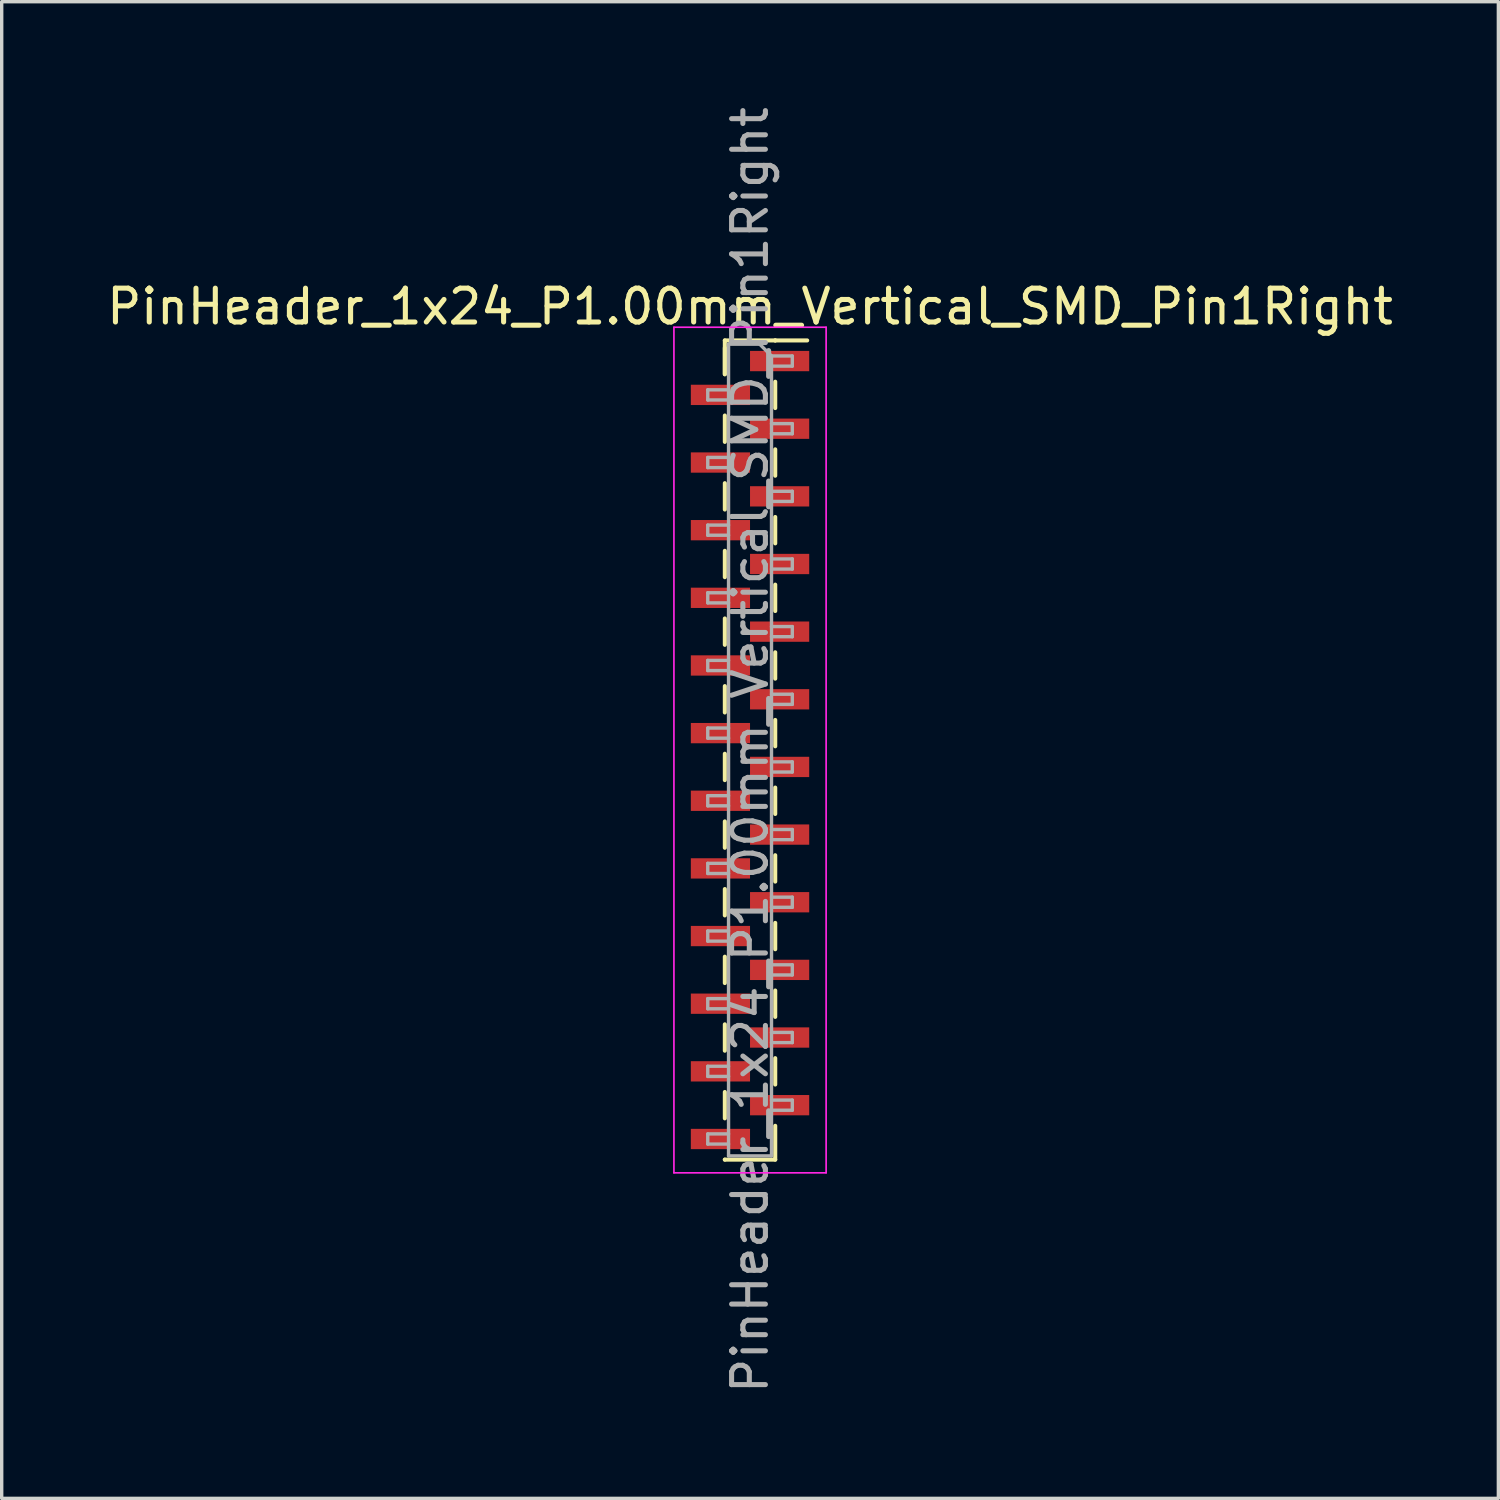
<source format=kicad_pcb>
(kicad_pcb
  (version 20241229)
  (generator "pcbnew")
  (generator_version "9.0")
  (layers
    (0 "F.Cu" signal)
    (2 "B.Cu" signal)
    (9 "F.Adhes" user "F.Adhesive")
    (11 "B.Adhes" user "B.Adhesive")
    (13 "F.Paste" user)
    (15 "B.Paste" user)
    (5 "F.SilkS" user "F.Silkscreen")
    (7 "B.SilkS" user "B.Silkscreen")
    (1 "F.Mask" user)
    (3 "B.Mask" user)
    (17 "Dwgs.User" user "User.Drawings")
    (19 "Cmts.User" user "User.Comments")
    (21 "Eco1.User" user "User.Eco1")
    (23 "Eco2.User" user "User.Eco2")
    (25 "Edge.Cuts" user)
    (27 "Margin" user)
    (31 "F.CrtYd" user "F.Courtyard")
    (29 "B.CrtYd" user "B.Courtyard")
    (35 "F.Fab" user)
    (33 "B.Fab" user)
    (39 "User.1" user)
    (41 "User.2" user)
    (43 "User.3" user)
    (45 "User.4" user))
  (footprint "PinHeader_1x24_P1.00mm_Vertical_SMD_Pin1Right"
    (layer "F.Cu")
    (at 19.125 19.125)
    (property "Reference" "PinHeader_1x24_P1.00mm_Vertical_SMD_Pin1Right" (at 0 -13.11 0) (layer "F.SilkS") (effects (font (size 1 1) (thickness 0.15))))
    (attr smd)
    (fp_line (start -0.745 -12.11) (end -0.745 -11.11) (stroke (width 0.12) (type solid)) (layer "F.SilkS"))
    (fp_line (start -0.745 -12.11) (end 0.745 -12.11) (stroke (width 0.12) (type solid)) (layer "F.SilkS"))
    (fp_line (start -0.745 -11.89) (end -0.745 -11.11) (stroke (width 0.12) (type solid)) (layer "F.SilkS"))
    (fp_line (start -0.745 -9.89) (end -0.745 -9.11) (stroke (width 0.12) (type solid)) (layer "F.SilkS"))
    (fp_line (start -0.745 -7.89) (end -0.745 -7.11) (stroke (width 0.12) (type solid)) (layer "F.SilkS"))
    (fp_line (start -0.745 -5.89) (end -0.745 -5.11) (stroke (width 0.12) (type solid)) (layer "F.SilkS"))
    (fp_line (start -0.745 -3.89) (end -0.745 -3.11) (stroke (width 0.12) (type solid)) (layer "F.SilkS"))
    (fp_line (start -0.745 -1.89) (end -0.745 -1.11) (stroke (width 0.12) (type solid)) (layer "F.SilkS"))
    (fp_line (start -0.745 0.11) (end -0.745 0.89) (stroke (width 0.12) (type solid)) (layer "F.SilkS"))
    (fp_line (start -0.745 2.11) (end -0.745 2.89) (stroke (width 0.12) (type solid)) (layer "F.SilkS"))
    (fp_line (start -0.745 4.11) (end -0.745 4.89) (stroke (width 0.12) (type solid)) (layer "F.SilkS"))
    (fp_line (start -0.745 6.11) (end -0.745 6.89) (stroke (width 0.12) (type solid)) (layer "F.SilkS"))
    (fp_line (start -0.745 8.11) (end -0.745 8.89) (stroke (width 0.12) (type solid)) (layer "F.SilkS"))
    (fp_line (start -0.745 10.11) (end -0.745 10.89) (stroke (width 0.12) (type solid)) (layer "F.SilkS"))
    (fp_line (start -0.745 12.11) (end -0.745 12.11) (stroke (width 0.12) (type solid)) (layer "F.SilkS"))
    (fp_line (start -0.745 12.11) (end 0.745 12.11) (stroke (width 0.12) (type solid)) (layer "F.SilkS"))
    (fp_line (start 0.745 -12.11) (end 0.745 -12.11) (stroke (width 0.12) (type solid)) (layer "F.SilkS"))
    (fp_line (start 0.745 -12.11) (end 1.69 -12.11) (stroke (width 0.12) (type solid)) (layer "F.SilkS"))
    (fp_line (start 0.745 -10.89) (end 0.745 -10.11) (stroke (width 0.12) (type solid)) (layer "F.SilkS"))
    (fp_line (start 0.745 -8.89) (end 0.745 -8.11) (stroke (width 0.12) (type solid)) (layer "F.SilkS"))
    (fp_line (start 0.745 -6.89) (end 0.745 -6.11) (stroke (width 0.12) (type solid)) (layer "F.SilkS"))
    (fp_line (start 0.745 -4.89) (end 0.745 -4.11) (stroke (width 0.12) (type solid)) (layer "F.SilkS"))
    (fp_line (start 0.745 -2.89) (end 0.745 -2.11) (stroke (width 0.12) (type solid)) (layer "F.SilkS"))
    (fp_line (start 0.745 -0.89) (end 0.745 -0.11) (stroke (width 0.12) (type solid)) (layer "F.SilkS"))
    (fp_line (start 0.745 1.11) (end 0.745 1.89) (stroke (width 0.12) (type solid)) (layer "F.SilkS"))
    (fp_line (start 0.745 3.11) (end 0.745 3.89) (stroke (width 0.12) (type solid)) (layer "F.SilkS"))
    (fp_line (start 0.745 5.11) (end 0.745 5.89) (stroke (width 0.12) (type solid)) (layer "F.SilkS"))
    (fp_line (start 0.745 7.11) (end 0.745 7.89) (stroke (width 0.12) (type solid)) (layer "F.SilkS"))
    (fp_line (start 0.745 9.11) (end 0.745 9.89) (stroke (width 0.12) (type solid)) (layer "F.SilkS"))
    (fp_line (start 0.745 11.11) (end 0.745 12.11) (stroke (width 0.12) (type solid)) (layer "F.SilkS"))
    (fp_line (start -2.25 -12.5) (end -2.25 12.5) (stroke (width 0.05) (type solid)) (layer "F.CrtYd"))
    (fp_line (start -2.25 12.5) (end 2.25 12.5) (stroke (width 0.05) (type solid)) (layer "F.CrtYd"))
    (fp_line (start 2.25 -12.5) (end -2.25 -12.5) (stroke (width 0.05) (type solid)) (layer "F.CrtYd"))
    (fp_line (start 2.25 12.5) (end 2.25 -12.5) (stroke (width 0.05) (type solid)) (layer "F.CrtYd"))
    (fp_line (start -1.25 -10.65) (end -1.25 -10.35) (stroke (width 0.1) (type solid)) (layer "F.Fab"))
    (fp_line (start -1.25 -10.35) (end -0.635 -10.35) (stroke (width 0.1) (type solid)) (layer "F.Fab"))
    (fp_line (start -1.25 -8.65) (end -1.25 -8.35) (stroke (width 0.1) (type solid)) (layer "F.Fab"))
    (fp_line (start -1.25 -8.35) (end -0.635 -8.35) (stroke (width 0.1) (type solid)) (layer "F.Fab"))
    (fp_line (start -1.25 -6.65) (end -1.25 -6.35) (stroke (width 0.1) (type solid)) (layer "F.Fab"))
    (fp_line (start -1.25 -6.35) (end -0.635 -6.35) (stroke (width 0.1) (type solid)) (layer "F.Fab"))
    (fp_line (start -1.25 -4.65) (end -1.25 -4.35) (stroke (width 0.1) (type solid)) (layer "F.Fab"))
    (fp_line (start -1.25 -4.35) (end -0.635 -4.35) (stroke (width 0.1) (type solid)) (layer "F.Fab"))
    (fp_line (start -1.25 -2.65) (end -1.25 -2.35) (stroke (width 0.1) (type solid)) (layer "F.Fab"))
    (fp_line (start -1.25 -2.35) (end -0.635 -2.35) (stroke (width 0.1) (type solid)) (layer "F.Fab"))
    (fp_line (start -1.25 -0.65) (end -1.25 -0.35) (stroke (width 0.1) (type solid)) (layer "F.Fab"))
    (fp_line (start -1.25 -0.35) (end -0.635 -0.35) (stroke (width 0.1) (type solid)) (layer "F.Fab"))
    (fp_line (start -1.25 1.35) (end -1.25 1.65) (stroke (width 0.1) (type solid)) (layer "F.Fab"))
    (fp_line (start -1.25 1.65) (end -0.635 1.65) (stroke (width 0.1) (type solid)) (layer "F.Fab"))
    (fp_line (start -1.25 3.35) (end -1.25 3.65) (stroke (width 0.1) (type solid)) (layer "F.Fab"))
    (fp_line (start -1.25 3.65) (end -0.635 3.65) (stroke (width 0.1) (type solid)) (layer "F.Fab"))
    (fp_line (start -1.25 5.35) (end -1.25 5.65) (stroke (width 0.1) (type solid)) (layer "F.Fab"))
    (fp_line (start -1.25 5.65) (end -0.635 5.65) (stroke (width 0.1) (type solid)) (layer "F.Fab"))
    (fp_line (start -1.25 7.35) (end -1.25 7.65) (stroke (width 0.1) (type solid)) (layer "F.Fab"))
    (fp_line (start -1.25 7.65) (end -0.635 7.65) (stroke (width 0.1) (type solid)) (layer "F.Fab"))
    (fp_line (start -1.25 9.35) (end -1.25 9.65) (stroke (width 0.1) (type solid)) (layer "F.Fab"))
    (fp_line (start -1.25 9.65) (end -0.635 9.65) (stroke (width 0.1) (type solid)) (layer "F.Fab"))
    (fp_line (start -1.25 11.35) (end -1.25 11.65) (stroke (width 0.1) (type solid)) (layer "F.Fab"))
    (fp_line (start -1.25 11.65) (end -0.635 11.65) (stroke (width 0.1) (type solid)) (layer "F.Fab"))
    (fp_line (start -0.635 -12) (end -0.635 12) (stroke (width 0.1) (type solid)) (layer "F.Fab"))
    (fp_line (start -0.635 -12) (end 0.285 -12) (stroke (width 0.1) (type solid)) (layer "F.Fab"))
    (fp_line (start -0.635 -10.65) (end -1.25 -10.65) (stroke (width 0.1) (type solid)) (layer "F.Fab"))
    (fp_line (start -0.635 -8.65) (end -1.25 -8.65) (stroke (width 0.1) (type solid)) (layer "F.Fab"))
    (fp_line (start -0.635 -6.65) (end -1.25 -6.65) (stroke (width 0.1) (type solid)) (layer "F.Fab"))
    (fp_line (start -0.635 -4.65) (end -1.25 -4.65) (stroke (width 0.1) (type solid)) (layer "F.Fab"))
    (fp_line (start -0.635 -2.65) (end -1.25 -2.65) (stroke (width 0.1) (type solid)) (layer "F.Fab"))
    (fp_line (start -0.635 -0.65) (end -1.25 -0.65) (stroke (width 0.1) (type solid)) (layer "F.Fab"))
    (fp_line (start -0.635 1.35) (end -1.25 1.35) (stroke (width 0.1) (type solid)) (layer "F.Fab"))
    (fp_line (start -0.635 3.35) (end -1.25 3.35) (stroke (width 0.1) (type solid)) (layer "F.Fab"))
    (fp_line (start -0.635 5.35) (end -1.25 5.35) (stroke (width 0.1) (type solid)) (layer "F.Fab"))
    (fp_line (start -0.635 7.35) (end -1.25 7.35) (stroke (width 0.1) (type solid)) (layer "F.Fab"))
    (fp_line (start -0.635 9.35) (end -1.25 9.35) (stroke (width 0.1) (type solid)) (layer "F.Fab"))
    (fp_line (start -0.635 11.35) (end -1.25 11.35) (stroke (width 0.1) (type solid)) (layer "F.Fab"))
    (fp_line (start 0.635 -11.65) (end 0.285 -12) (stroke (width 0.1) (type solid)) (layer "F.Fab"))
    (fp_line (start 0.635 -11.65) (end 1.25 -11.65) (stroke (width 0.1) (type solid)) (layer "F.Fab"))
    (fp_line (start 0.635 -9.65) (end 1.25 -9.65) (stroke (width 0.1) (type solid)) (layer "F.Fab"))
    (fp_line (start 0.635 -7.65) (end 1.25 -7.65) (stroke (width 0.1) (type solid)) (layer "F.Fab"))
    (fp_line (start 0.635 -5.65) (end 1.25 -5.65) (stroke (width 0.1) (type solid)) (layer "F.Fab"))
    (fp_line (start 0.635 -3.65) (end 1.25 -3.65) (stroke (width 0.1) (type solid)) (layer "F.Fab"))
    (fp_line (start 0.635 -1.65) (end 1.25 -1.65) (stroke (width 0.1) (type solid)) (layer "F.Fab"))
    (fp_line (start 0.635 0.35) (end 1.25 0.35) (stroke (width 0.1) (type solid)) (layer "F.Fab"))
    (fp_line (start 0.635 2.35) (end 1.25 2.35) (stroke (width 0.1) (type solid)) (layer "F.Fab"))
    (fp_line (start 0.635 4.35) (end 1.25 4.35) (stroke (width 0.1) (type solid)) (layer "F.Fab"))
    (fp_line (start 0.635 6.35) (end 1.25 6.35) (stroke (width 0.1) (type solid)) (layer "F.Fab"))
    (fp_line (start 0.635 8.35) (end 1.25 8.35) (stroke (width 0.1) (type solid)) (layer "F.Fab"))
    (fp_line (start 0.635 10.35) (end 1.25 10.35) (stroke (width 0.1) (type solid)) (layer "F.Fab"))
    (fp_line (start 0.635 12) (end -0.635 12) (stroke (width 0.1) (type solid)) (layer "F.Fab"))
    (fp_line (start 0.635 12) (end 0.635 -11.65) (stroke (width 0.1) (type solid)) (layer "F.Fab"))
    (fp_line (start 1.25 -11.65) (end 1.25 -11.35) (stroke (width 0.1) (type solid)) (layer "F.Fab"))
    (fp_line (start 1.25 -11.35) (end 0.635 -11.35) (stroke (width 0.1) (type solid)) (layer "F.Fab"))
    (fp_line (start 1.25 -9.65) (end 1.25 -9.35) (stroke (width 0.1) (type solid)) (layer "F.Fab"))
    (fp_line (start 1.25 -9.35) (end 0.635 -9.35) (stroke (width 0.1) (type solid)) (layer "F.Fab"))
    (fp_line (start 1.25 -7.65) (end 1.25 -7.35) (stroke (width 0.1) (type solid)) (layer "F.Fab"))
    (fp_line (start 1.25 -7.35) (end 0.635 -7.35) (stroke (width 0.1) (type solid)) (layer "F.Fab"))
    (fp_line (start 1.25 -5.65) (end 1.25 -5.35) (stroke (width 0.1) (type solid)) (layer "F.Fab"))
    (fp_line (start 1.25 -5.35) (end 0.635 -5.35) (stroke (width 0.1) (type solid)) (layer "F.Fab"))
    (fp_line (start 1.25 -3.65) (end 1.25 -3.35) (stroke (width 0.1) (type solid)) (layer "F.Fab"))
    (fp_line (start 1.25 -3.35) (end 0.635 -3.35) (stroke (width 0.1) (type solid)) (layer "F.Fab"))
    (fp_line (start 1.25 -1.65) (end 1.25 -1.35) (stroke (width 0.1) (type solid)) (layer "F.Fab"))
    (fp_line (start 1.25 -1.35) (end 0.635 -1.35) (stroke (width 0.1) (type solid)) (layer "F.Fab"))
    (fp_line (start 1.25 0.35) (end 1.25 0.65) (stroke (width 0.1) (type solid)) (layer "F.Fab"))
    (fp_line (start 1.25 0.65) (end 0.635 0.65) (stroke (width 0.1) (type solid)) (layer "F.Fab"))
    (fp_line (start 1.25 2.35) (end 1.25 2.65) (stroke (width 0.1) (type solid)) (layer "F.Fab"))
    (fp_line (start 1.25 2.65) (end 0.635 2.65) (stroke (width 0.1) (type solid)) (layer "F.Fab"))
    (fp_line (start 1.25 4.35) (end 1.25 4.65) (stroke (width 0.1) (type solid)) (layer "F.Fab"))
    (fp_line (start 1.25 4.65) (end 0.635 4.65) (stroke (width 0.1) (type solid)) (layer "F.Fab"))
    (fp_line (start 1.25 6.35) (end 1.25 6.65) (stroke (width 0.1) (type solid)) (layer "F.Fab"))
    (fp_line (start 1.25 6.65) (end 0.635 6.65) (stroke (width 0.1) (type solid)) (layer "F.Fab"))
    (fp_line (start 1.25 8.35) (end 1.25 8.65) (stroke (width 0.1) (type solid)) (layer "F.Fab"))
    (fp_line (start 1.25 8.65) (end 0.635 8.65) (stroke (width 0.1) (type solid)) (layer "F.Fab"))
    (fp_line (start 1.25 10.35) (end 1.25 10.65) (stroke (width 0.1) (type solid)) (layer "F.Fab"))
    (fp_line (start 1.25 10.65) (end 0.635 10.65) (stroke (width 0.1) (type solid)) (layer "F.Fab"))
    (fp_text user "${REFERENCE}" (at 0 0 90) (layer "F.Fab") (effects (font (size 1 1) (thickness 0.15))))
    (pad "1" smd rect (at 0.875 -11.5) (size 1.75 0.6) (layers "F.Cu" "F.Mask" "F.Paste"))
    (pad "2" smd rect (at -0.875 -10.5) (size 1.75 0.6) (layers "F.Cu" "F.Mask" "F.Paste"))
    (pad "3" smd rect (at 0.875 -9.5) (size 1.75 0.6) (layers "F.Cu" "F.Mask" "F.Paste"))
    (pad "4" smd rect (at -0.875 -8.5) (size 1.75 0.6) (layers "F.Cu" "F.Mask" "F.Paste"))
    (pad "5" smd rect (at 0.875 -7.5) (size 1.75 0.6) (layers "F.Cu" "F.Mask" "F.Paste"))
    (pad "6" smd rect (at -0.875 -6.5) (size 1.75 0.6) (layers "F.Cu" "F.Mask" "F.Paste"))
    (pad "7" smd rect (at 0.875 -5.5) (size 1.75 0.6) (layers "F.Cu" "F.Mask" "F.Paste"))
    (pad "8" smd rect (at -0.875 -4.5) (size 1.75 0.6) (layers "F.Cu" "F.Mask" "F.Paste"))
    (pad "9" smd rect (at 0.875 -3.5) (size 1.75 0.6) (layers "F.Cu" "F.Mask" "F.Paste"))
    (pad "10" smd rect (at -0.875 -2.5) (size 1.75 0.6) (layers "F.Cu" "F.Mask" "F.Paste"))
    (pad "11" smd rect (at 0.875 -1.5) (size 1.75 0.6) (layers "F.Cu" "F.Mask" "F.Paste"))
    (pad "12" smd rect (at -0.875 -0.5) (size 1.75 0.6) (layers "F.Cu" "F.Mask" "F.Paste"))
    (pad "13" smd rect (at 0.875 0.5) (size 1.75 0.6) (layers "F.Cu" "F.Mask" "F.Paste"))
    (pad "14" smd rect (at -0.875 1.5) (size 1.75 0.6) (layers "F.Cu" "F.Mask" "F.Paste"))
    (pad "15" smd rect (at 0.875 2.5) (size 1.75 0.6) (layers "F.Cu" "F.Mask" "F.Paste"))
    (pad "16" smd rect (at -0.875 3.5) (size 1.75 0.6) (layers "F.Cu" "F.Mask" "F.Paste"))
    (pad "17" smd rect (at 0.875 4.5) (size 1.75 0.6) (layers "F.Cu" "F.Mask" "F.Paste"))
    (pad "18" smd rect (at -0.875 5.5) (size 1.75 0.6) (layers "F.Cu" "F.Mask" "F.Paste"))
    (pad "19" smd rect (at 0.875 6.5) (size 1.75 0.6) (layers "F.Cu" "F.Mask" "F.Paste"))
    (pad "20" smd rect (at -0.875 7.5) (size 1.75 0.6) (layers "F.Cu" "F.Mask" "F.Paste"))
    (pad "21" smd rect (at 0.875 8.5) (size 1.75 0.6) (layers "F.Cu" "F.Mask" "F.Paste"))
    (pad "22" smd rect (at -0.875 9.5) (size 1.75 0.6) (layers "F.Cu" "F.Mask" "F.Paste"))
    (pad "23" smd rect (at 0.875 10.5) (size 1.75 0.6) (layers "F.Cu" "F.Mask" "F.Paste"))
    (pad "24" smd rect (at -0.875 11.5) (size 1.75 0.6) (layers "F.Cu" "F.Mask" "F.Paste")))
  (gr_rect
    (start -3 -3)
    (end 41.25 41.25)
    (stroke (width 0.1) (type default))
    (fill no)
    (layer "Edge.Cuts")))
</source>
